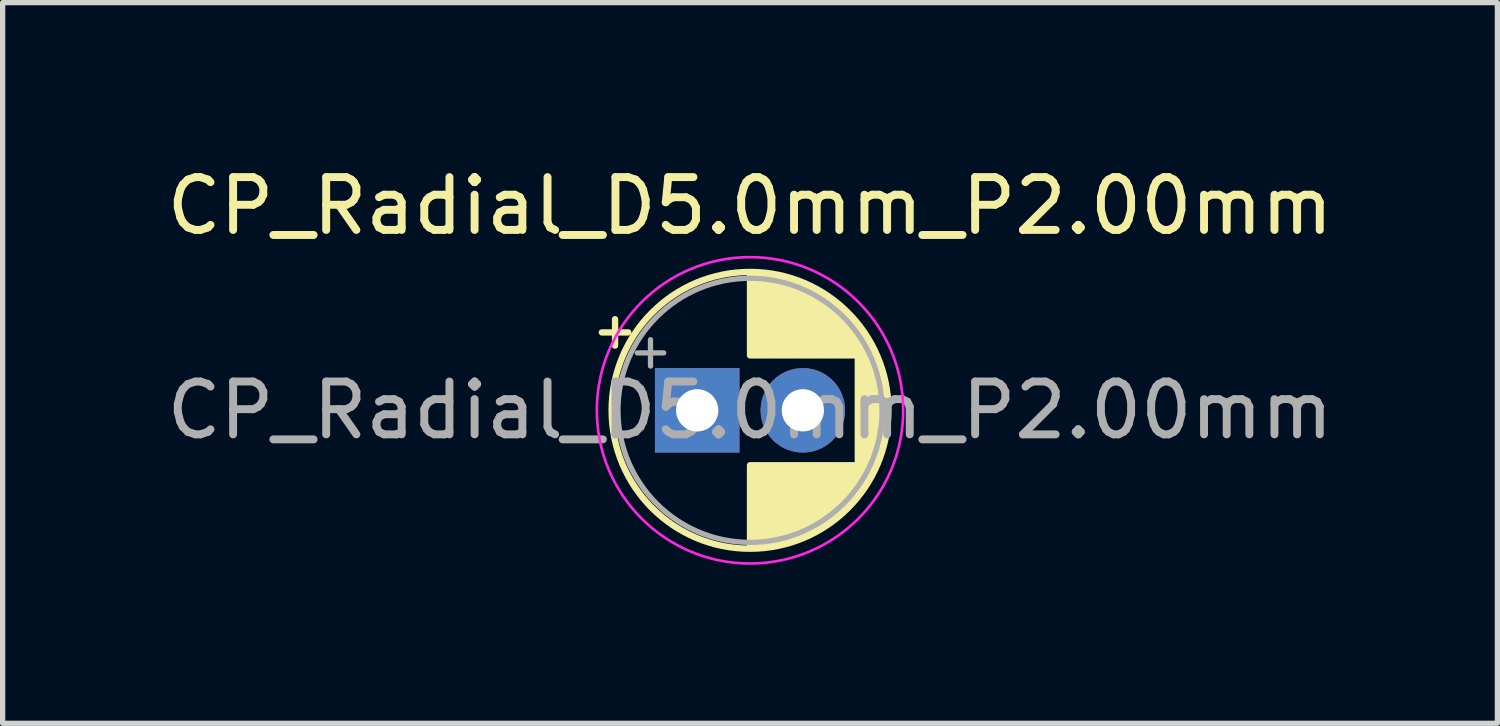
<source format=kicad_pcb>
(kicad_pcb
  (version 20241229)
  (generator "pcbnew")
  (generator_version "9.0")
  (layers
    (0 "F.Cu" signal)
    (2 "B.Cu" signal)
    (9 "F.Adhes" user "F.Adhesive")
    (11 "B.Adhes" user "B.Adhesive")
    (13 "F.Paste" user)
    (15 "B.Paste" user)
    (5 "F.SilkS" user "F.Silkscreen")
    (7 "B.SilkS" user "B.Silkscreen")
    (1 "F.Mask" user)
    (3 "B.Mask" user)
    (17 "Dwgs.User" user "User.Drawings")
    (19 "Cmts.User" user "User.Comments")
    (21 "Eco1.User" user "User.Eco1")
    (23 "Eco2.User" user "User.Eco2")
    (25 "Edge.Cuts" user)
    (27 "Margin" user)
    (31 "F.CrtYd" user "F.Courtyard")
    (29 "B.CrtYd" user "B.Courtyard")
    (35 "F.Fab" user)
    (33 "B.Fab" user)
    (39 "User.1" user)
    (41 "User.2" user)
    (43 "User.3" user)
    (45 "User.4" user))
  (footprint "CP_Radial_D5.0mm_P2.00mm"
    (layer "F.Cu")
    (at 10.149 4.718)
    (property "Reference" "CP_Radial_D5.0mm_P2.00mm" (at 1 -3.87 0) (layer "F.SilkS") (effects (font (size 1 1) (thickness 0.15))))
    (attr through_hole)
    (fp_line (start -1.805 -1.475) (end -1.305 -1.475) (stroke (width 0.12) (type solid)) (layer "F.SilkS"))
    (fp_line (start -1.555 -1.725) (end -1.555 -1.225) (stroke (width 0.12) (type solid)) (layer "F.SilkS"))
    (fp_line (start 1 -2.58) (end 1 -1.04) (stroke (width 0.12) (type solid)) (layer "F.SilkS"))
    (fp_line (start 1 1.04) (end 1 2.58) (stroke (width 0.12) (type solid)) (layer "F.SilkS"))
    (fp_line (start 1.04 -2.58) (end 1.04 -1.04) (stroke (width 0.12) (type solid)) (layer "F.SilkS"))
    (fp_line (start 1.04 1.04) (end 1.04 2.58) (stroke (width 0.12) (type solid)) (layer "F.SilkS"))
    (fp_line (start 1.08 -2.579) (end 1.08 -1.04) (stroke (width 0.12) (type solid)) (layer "F.SilkS"))
    (fp_line (start 1.08 1.04) (end 1.08 2.579) (stroke (width 0.12) (type solid)) (layer "F.SilkS"))
    (fp_line (start 1.12 -2.578) (end 1.12 -1.04) (stroke (width 0.12) (type solid)) (layer "F.SilkS"))
    (fp_line (start 1.12 1.04) (end 1.12 2.578) (stroke (width 0.12) (type solid)) (layer "F.SilkS"))
    (fp_line (start 1.16 -2.576) (end 1.16 -1.04) (stroke (width 0.12) (type solid)) (layer "F.SilkS"))
    (fp_line (start 1.16 1.04) (end 1.16 2.576) (stroke (width 0.12) (type solid)) (layer "F.SilkS"))
    (fp_line (start 1.2 -2.573) (end 1.2 -1.04) (stroke (width 0.12) (type solid)) (layer "F.SilkS"))
    (fp_line (start 1.2 1.04) (end 1.2 2.573) (stroke (width 0.12) (type solid)) (layer "F.SilkS"))
    (fp_line (start 1.24 -2.569) (end 1.24 -1.04) (stroke (width 0.12) (type solid)) (layer "F.SilkS"))
    (fp_line (start 1.24 1.04) (end 1.24 2.569) (stroke (width 0.12) (type solid)) (layer "F.SilkS"))
    (fp_line (start 1.28 -2.565) (end 1.28 -1.04) (stroke (width 0.12) (type solid)) (layer "F.SilkS"))
    (fp_line (start 1.28 1.04) (end 1.28 2.565) (stroke (width 0.12) (type solid)) (layer "F.SilkS"))
    (fp_line (start 1.32 -2.561) (end 1.32 -1.04) (stroke (width 0.12) (type solid)) (layer "F.SilkS"))
    (fp_line (start 1.32 1.04) (end 1.32 2.561) (stroke (width 0.12) (type solid)) (layer "F.SilkS"))
    (fp_line (start 1.36 -2.556) (end 1.36 -1.04) (stroke (width 0.12) (type solid)) (layer "F.SilkS"))
    (fp_line (start 1.36 1.04) (end 1.36 2.556) (stroke (width 0.12) (type solid)) (layer "F.SilkS"))
    (fp_line (start 1.4 -2.55) (end 1.4 -1.04) (stroke (width 0.12) (type solid)) (layer "F.SilkS"))
    (fp_line (start 1.4 1.04) (end 1.4 2.55) (stroke (width 0.12) (type solid)) (layer "F.SilkS"))
    (fp_line (start 1.44 -2.543) (end 1.44 -1.04) (stroke (width 0.12) (type solid)) (layer "F.SilkS"))
    (fp_line (start 1.44 1.04) (end 1.44 2.543) (stroke (width 0.12) (type solid)) (layer "F.SilkS"))
    (fp_line (start 1.48 -2.536) (end 1.48 -1.04) (stroke (width 0.12) (type solid)) (layer "F.SilkS"))
    (fp_line (start 1.48 1.04) (end 1.48 2.536) (stroke (width 0.12) (type solid)) (layer "F.SilkS"))
    (fp_line (start 1.52 -2.528) (end 1.52 -1.04) (stroke (width 0.12) (type solid)) (layer "F.SilkS"))
    (fp_line (start 1.52 1.04) (end 1.52 2.528) (stroke (width 0.12) (type solid)) (layer "F.SilkS"))
    (fp_line (start 1.56 -2.52) (end 1.56 -1.04) (stroke (width 0.12) (type solid)) (layer "F.SilkS"))
    (fp_line (start 1.56 1.04) (end 1.56 2.52) (stroke (width 0.12) (type solid)) (layer "F.SilkS"))
    (fp_line (start 1.6 -2.511) (end 1.6 -1.04) (stroke (width 0.12) (type solid)) (layer "F.SilkS"))
    (fp_line (start 1.6 1.04) (end 1.6 2.511) (stroke (width 0.12) (type solid)) (layer "F.SilkS"))
    (fp_line (start 1.64 -2.501) (end 1.64 -1.04) (stroke (width 0.12) (type solid)) (layer "F.SilkS"))
    (fp_line (start 1.64 1.04) (end 1.64 2.501) (stroke (width 0.12) (type solid)) (layer "F.SilkS"))
    (fp_line (start 1.68 -2.491) (end 1.68 -1.04) (stroke (width 0.12) (type solid)) (layer "F.SilkS"))
    (fp_line (start 1.68 1.04) (end 1.68 2.491) (stroke (width 0.12) (type solid)) (layer "F.SilkS"))
    (fp_line (start 1.721 -2.48) (end 1.721 -1.04) (stroke (width 0.12) (type solid)) (layer "F.SilkS"))
    (fp_line (start 1.721 1.04) (end 1.721 2.48) (stroke (width 0.12) (type solid)) (layer "F.SilkS"))
    (fp_line (start 1.761 -2.468) (end 1.761 -1.04) (stroke (width 0.12) (type solid)) (layer "F.SilkS"))
    (fp_line (start 1.761 1.04) (end 1.761 2.468) (stroke (width 0.12) (type solid)) (layer "F.SilkS"))
    (fp_line (start 1.801 -2.455) (end 1.801 -1.04) (stroke (width 0.12) (type solid)) (layer "F.SilkS"))
    (fp_line (start 1.801 1.04) (end 1.801 2.455) (stroke (width 0.12) (type solid)) (layer "F.SilkS"))
    (fp_line (start 1.841 -2.442) (end 1.841 -1.04) (stroke (width 0.12) (type solid)) (layer "F.SilkS"))
    (fp_line (start 1.841 1.04) (end 1.841 2.442) (stroke (width 0.12) (type solid)) (layer "F.SilkS"))
    (fp_line (start 1.881 -2.428) (end 1.881 -1.04) (stroke (width 0.12) (type solid)) (layer "F.SilkS"))
    (fp_line (start 1.881 1.04) (end 1.881 2.428) (stroke (width 0.12) (type solid)) (layer "F.SilkS"))
    (fp_line (start 1.921 -2.414) (end 1.921 -1.04) (stroke (width 0.12) (type solid)) (layer "F.SilkS"))
    (fp_line (start 1.921 1.04) (end 1.921 2.414) (stroke (width 0.12) (type solid)) (layer "F.SilkS"))
    (fp_line (start 1.961 -2.398) (end 1.961 -1.04) (stroke (width 0.12) (type solid)) (layer "F.SilkS"))
    (fp_line (start 1.961 1.04) (end 1.961 2.398) (stroke (width 0.12) (type solid)) (layer "F.SilkS"))
    (fp_line (start 2.001 -2.382) (end 2.001 -1.04) (stroke (width 0.12) (type solid)) (layer "F.SilkS"))
    (fp_line (start 2.001 1.04) (end 2.001 2.382) (stroke (width 0.12) (type solid)) (layer "F.SilkS"))
    (fp_line (start 2.041 -2.365) (end 2.041 -1.04) (stroke (width 0.12) (type solid)) (layer "F.SilkS"))
    (fp_line (start 2.041 1.04) (end 2.041 2.365) (stroke (width 0.12) (type solid)) (layer "F.SilkS"))
    (fp_line (start 2.081 -2.348) (end 2.081 -1.04) (stroke (width 0.12) (type solid)) (layer "F.SilkS"))
    (fp_line (start 2.081 1.04) (end 2.081 2.348) (stroke (width 0.12) (type solid)) (layer "F.SilkS"))
    (fp_line (start 2.121 -2.329) (end 2.121 -1.04) (stroke (width 0.12) (type solid)) (layer "F.SilkS"))
    (fp_line (start 2.121 1.04) (end 2.121 2.329) (stroke (width 0.12) (type solid)) (layer "F.SilkS"))
    (fp_line (start 2.161 -2.31) (end 2.161 -1.04) (stroke (width 0.12) (type solid)) (layer "F.SilkS"))
    (fp_line (start 2.161 1.04) (end 2.161 2.31) (stroke (width 0.12) (type solid)) (layer "F.SilkS"))
    (fp_line (start 2.201 -2.29) (end 2.201 -1.04) (stroke (width 0.12) (type solid)) (layer "F.SilkS"))
    (fp_line (start 2.201 1.04) (end 2.201 2.29) (stroke (width 0.12) (type solid)) (layer "F.SilkS"))
    (fp_line (start 2.241 -2.268) (end 2.241 -1.04) (stroke (width 0.12) (type solid)) (layer "F.SilkS"))
    (fp_line (start 2.241 1.04) (end 2.241 2.268) (stroke (width 0.12) (type solid)) (layer "F.SilkS"))
    (fp_line (start 2.281 -2.247) (end 2.281 -1.04) (stroke (width 0.12) (type solid)) (layer "F.SilkS"))
    (fp_line (start 2.281 1.04) (end 2.281 2.247) (stroke (width 0.12) (type solid)) (layer "F.SilkS"))
    (fp_line (start 2.321 -2.224) (end 2.321 -1.04) (stroke (width 0.12) (type solid)) (layer "F.SilkS"))
    (fp_line (start 2.321 1.04) (end 2.321 2.224) (stroke (width 0.12) (type solid)) (layer "F.SilkS"))
    (fp_line (start 2.361 -2.2) (end 2.361 -1.04) (stroke (width 0.12) (type solid)) (layer "F.SilkS"))
    (fp_line (start 2.361 1.04) (end 2.361 2.2) (stroke (width 0.12) (type solid)) (layer "F.SilkS"))
    (fp_line (start 2.401 -2.175) (end 2.401 -1.04) (stroke (width 0.12) (type solid)) (layer "F.SilkS"))
    (fp_line (start 2.401 1.04) (end 2.401 2.175) (stroke (width 0.12) (type solid)) (layer "F.SilkS"))
    (fp_line (start 2.441 -2.149) (end 2.441 -1.04) (stroke (width 0.12) (type solid)) (layer "F.SilkS"))
    (fp_line (start 2.441 1.04) (end 2.441 2.149) (stroke (width 0.12) (type solid)) (layer "F.SilkS"))
    (fp_line (start 2.481 -2.122) (end 2.481 -1.04) (stroke (width 0.12) (type solid)) (layer "F.SilkS"))
    (fp_line (start 2.481 1.04) (end 2.481 2.122) (stroke (width 0.12) (type solid)) (layer "F.SilkS"))
    (fp_line (start 2.521 -2.095) (end 2.521 -1.04) (stroke (width 0.12) (type solid)) (layer "F.SilkS"))
    (fp_line (start 2.521 1.04) (end 2.521 2.095) (stroke (width 0.12) (type solid)) (layer "F.SilkS"))
    (fp_line (start 2.561 -2.065) (end 2.561 -1.04) (stroke (width 0.12) (type solid)) (layer "F.SilkS"))
    (fp_line (start 2.561 1.04) (end 2.561 2.065) (stroke (width 0.12) (type solid)) (layer "F.SilkS"))
    (fp_line (start 2.601 -2.035) (end 2.601 -1.04) (stroke (width 0.12) (type solid)) (layer "F.SilkS"))
    (fp_line (start 2.601 1.04) (end 2.601 2.035) (stroke (width 0.12) (type solid)) (layer "F.SilkS"))
    (fp_line (start 2.641 -2.004) (end 2.641 -1.04) (stroke (width 0.12) (type solid)) (layer "F.SilkS"))
    (fp_line (start 2.641 1.04) (end 2.641 2.004) (stroke (width 0.12) (type solid)) (layer "F.SilkS"))
    (fp_line (start 2.681 -1.971) (end 2.681 -1.04) (stroke (width 0.12) (type solid)) (layer "F.SilkS"))
    (fp_line (start 2.681 1.04) (end 2.681 1.971) (stroke (width 0.12) (type solid)) (layer "F.SilkS"))
    (fp_line (start 2.721 -1.937) (end 2.721 -1.04) (stroke (width 0.12) (type solid)) (layer "F.SilkS"))
    (fp_line (start 2.721 1.04) (end 2.721 1.937) (stroke (width 0.12) (type solid)) (layer "F.SilkS"))
    (fp_line (start 2.761 -1.901) (end 2.761 -1.04) (stroke (width 0.12) (type solid)) (layer "F.SilkS"))
    (fp_line (start 2.761 1.04) (end 2.761 1.901) (stroke (width 0.12) (type solid)) (layer "F.SilkS"))
    (fp_line (start 2.801 -1.864) (end 2.801 -1.04) (stroke (width 0.12) (type solid)) (layer "F.SilkS"))
    (fp_line (start 2.801 1.04) (end 2.801 1.864) (stroke (width 0.12) (type solid)) (layer "F.SilkS"))
    (fp_line (start 2.841 -1.826) (end 2.841 -1.04) (stroke (width 0.12) (type solid)) (layer "F.SilkS"))
    (fp_line (start 2.841 1.04) (end 2.841 1.826) (stroke (width 0.12) (type solid)) (layer "F.SilkS"))
    (fp_line (start 2.881 -1.785) (end 2.881 -1.04) (stroke (width 0.12) (type solid)) (layer "F.SilkS"))
    (fp_line (start 2.881 1.04) (end 2.881 1.785) (stroke (width 0.12) (type solid)) (layer "F.SilkS"))
    (fp_line (start 2.921 -1.743) (end 2.921 -1.04) (stroke (width 0.12) (type solid)) (layer "F.SilkS"))
    (fp_line (start 2.921 1.04) (end 2.921 1.743) (stroke (width 0.12) (type solid)) (layer "F.SilkS"))
    (fp_line (start 2.961 -1.699) (end 2.961 -1.04) (stroke (width 0.12) (type solid)) (layer "F.SilkS"))
    (fp_line (start 2.961 1.04) (end 2.961 1.699) (stroke (width 0.12) (type solid)) (layer "F.SilkS"))
    (fp_line (start 3.001 -1.653) (end 3.001 -1.04) (stroke (width 0.12) (type solid)) (layer "F.SilkS"))
    (fp_line (start 3.001 1.04) (end 3.001 1.653) (stroke (width 0.12) (type solid)) (layer "F.SilkS"))
    (fp_line (start 3.041 -1.605) (end 3.041 1.605) (stroke (width 0.12) (type solid)) (layer "F.SilkS"))
    (fp_line (start 3.081 -1.554) (end 3.081 1.554) (stroke (width 0.12) (type solid)) (layer "F.SilkS"))
    (fp_line (start 3.121 -1.5) (end 3.121 1.5) (stroke (width 0.12) (type solid)) (layer "F.SilkS"))
    (fp_line (start 3.161 -1.443) (end 3.161 1.443) (stroke (width 0.12) (type solid)) (layer "F.SilkS"))
    (fp_line (start 3.201 -1.383) (end 3.201 1.383) (stroke (width 0.12) (type solid)) (layer "F.SilkS"))
    (fp_line (start 3.241 -1.319) (end 3.241 1.319) (stroke (width 0.12) (type solid)) (layer "F.SilkS"))
    (fp_line (start 3.281 -1.251) (end 3.281 1.251) (stroke (width 0.12) (type solid)) (layer "F.SilkS"))
    (fp_line (start 3.321 -1.178) (end 3.321 1.178) (stroke (width 0.12) (type solid)) (layer "F.SilkS"))
    (fp_line (start 3.361 -1.098) (end 3.361 1.098) (stroke (width 0.12) (type solid)) (layer "F.SilkS"))
    (fp_line (start 3.401 -1.011) (end 3.401 1.011) (stroke (width 0.12) (type solid)) (layer "F.SilkS"))
    (fp_line (start 3.441 -0.915) (end 3.441 0.915) (stroke (width 0.12) (type solid)) (layer "F.SilkS"))
    (fp_line (start 3.481 -0.805) (end 3.481 0.805) (stroke (width 0.12) (type solid)) (layer "F.SilkS"))
    (fp_line (start 3.521 -0.677) (end 3.521 0.677) (stroke (width 0.12) (type solid)) (layer "F.SilkS"))
    (fp_line (start 3.561 -0.518) (end 3.561 0.518) (stroke (width 0.12) (type solid)) (layer "F.SilkS"))
    (fp_line (start 3.601 -0.284) (end 3.601 0.284) (stroke (width 0.12) (type solid)) (layer "F.SilkS"))
    (fp_circle (center 1 0) (end 3.62 0) (stroke (width 0.12) (type solid)) (fill no) (layer "F.SilkS"))
    (fp_circle (center 1 0) (end 3.9 0) (stroke (width 0.05) (type solid)) (fill no) (layer "F.CrtYd"))
    (fp_line (start -1.134 -1.087) (end -0.634 -1.087) (stroke (width 0.1) (type solid)) (layer "F.Fab"))
    (fp_line (start -0.884 -1.337) (end -0.884 -0.838) (stroke (width 0.1) (type solid)) (layer "F.Fab"))
    (fp_circle (center 1 0) (end 3.5 0) (stroke (width 0.1) (type solid)) (fill no) (layer "F.Fab"))
    (fp_text user "${REFERENCE}" (at 1 0 0) (layer "F.Fab") (effects (font (size 1 1) (thickness 0.15))))
    (pad "1" thru_hole rect (at 0 0) (size 1.6 1.6) (drill 0.8) (layers "*.Cu" "*.Mask"))
    (pad "2" thru_hole circle (at 2 0) (size 1.6 1.6) (drill 0.8) (layers "*.Cu" "*.Mask")))
  (gr_rect
    (start -3 -3)
    (end 25.298 10.643)
    (stroke (width 0.1) (type default))
    (fill no)
    (layer "Edge.Cuts")))
</source>
